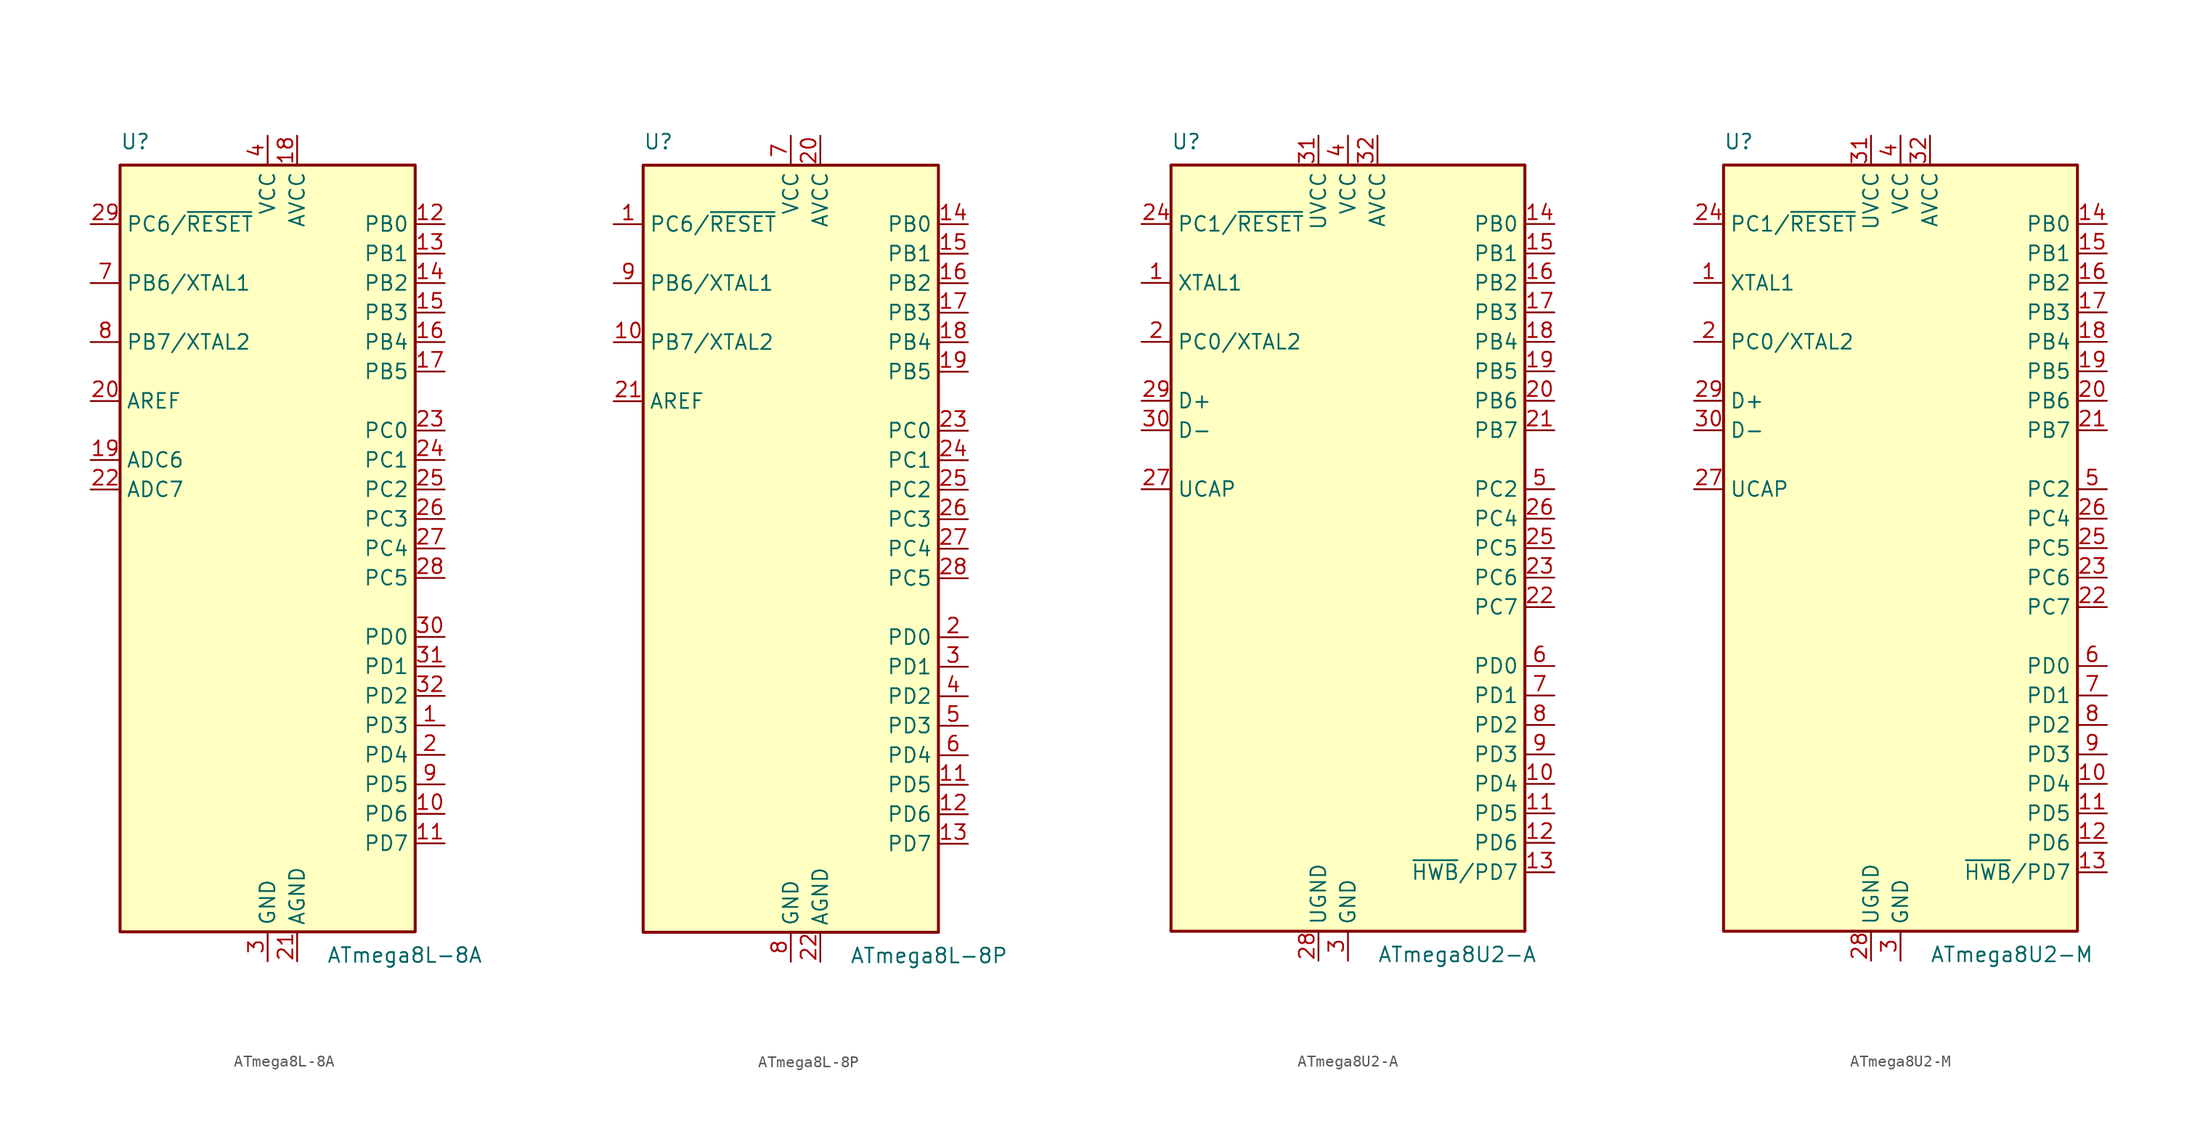
<source format=kicad_sym>
(kicad_symbol_lib
  (version 20231120)
  (generator "kicad_symbol_editor")
  (generator_version "8.0")
  (symbol "ATmega8L-8A"
    (property "Reference" "U"
      (at -12.7 34.29 0)
      (effects (font (size 1.27 1.27)) (justify left bottom)))
    (property "Value" "ATmega8L-8A"
      (at 5.08 -34.29 0)
      (effects (font (size 1.27 1.27)) (justify left top)))
    (symbol "ATmega8L-8A_0_1"
      (rectangle (start -12.7 -33.02) (end 12.7 33.02) (stroke (width 0.254) (type default)) (fill (type background))))
    (symbol "ATmega8L-8A_1_1"
      (pin bidirectional line (at 15.24 -15.24 180) (length 2.54) (name "PD3" (effects (font (size 1.27 1.27)))) (number "1" (effects (font (size 1.27 1.27)))))
      (pin bidirectional line (at 15.24 -22.86 180) (length 2.54) (name "PD6" (effects (font (size 1.27 1.27)))) (number "10" (effects (font (size 1.27 1.27)))))
      (pin bidirectional line (at 15.24 -25.4 180) (length 2.54) (name "PD7" (effects (font (size 1.27 1.27)))) (number "11" (effects (font (size 1.27 1.27)))))
      (pin bidirectional line (at 15.24 27.94 180) (length 2.54) (name "PB0" (effects (font (size 1.27 1.27)))) (number "12" (effects (font (size 1.27 1.27)))))
      (pin bidirectional line (at 15.24 25.4 180) (length 2.54) (name "PB1" (effects (font (size 1.27 1.27)))) (number "13" (effects (font (size 1.27 1.27)))))
      (pin bidirectional line (at 15.24 22.86 180) (length 2.54) (name "PB2" (effects (font (size 1.27 1.27)))) (number "14" (effects (font (size 1.27 1.27)))))
      (pin bidirectional line (at 15.24 20.32 180) (length 2.54) (name "PB3" (effects (font (size 1.27 1.27)))) (number "15" (effects (font (size 1.27 1.27)))))
      (pin bidirectional line (at 15.24 17.78 180) (length 2.54) (name "PB4" (effects (font (size 1.27 1.27)))) (number "16" (effects (font (size 1.27 1.27)))))
      (pin bidirectional line (at 15.24 15.24 180) (length 2.54) (name "PB5" (effects (font (size 1.27 1.27)))) (number "17" (effects (font (size 1.27 1.27)))))
      (pin power_in line (at 2.54 35.56 270) (length 2.54) (name "AVCC" (effects (font (size 1.27 1.27)))) (number "18" (effects (font (size 1.27 1.27)))))
      (pin input line (at -15.24 7.62 0) (length 2.54) (name "ADC6" (effects (font (size 1.27 1.27)))) (number "19" (effects (font (size 1.27 1.27)))))
      (pin bidirectional line (at 15.24 -17.78 180) (length 2.54) (name "PD4" (effects (font (size 1.27 1.27)))) (number "2" (effects (font (size 1.27 1.27)))))
      (pin passive line (at -15.24 12.7 0) (length 2.54) (name "AREF" (effects (font (size 1.27 1.27)))) (number "20" (effects (font (size 1.27 1.27)))))
      (pin power_in line (at 2.54 -35.56 90) (length 2.54) (name "AGND" (effects (font (size 1.27 1.27)))) (number "21" (effects (font (size 1.27 1.27)))))
      (pin input line (at -15.24 5.08 0) (length 2.54) (name "ADC7" (effects (font (size 1.27 1.27)))) (number "22" (effects (font (size 1.27 1.27)))))
      (pin bidirectional line (at 15.24 10.16 180) (length 2.54) (name "PC0" (effects (font (size 1.27 1.27)))) (number "23" (effects (font (size 1.27 1.27)))))
      (pin bidirectional line (at 15.24 7.62 180) (length 2.54) (name "PC1" (effects (font (size 1.27 1.27)))) (number "24" (effects (font (size 1.27 1.27)))))
      (pin bidirectional line (at 15.24 5.08 180) (length 2.54) (name "PC2" (effects (font (size 1.27 1.27)))) (number "25" (effects (font (size 1.27 1.27)))))
      (pin bidirectional line (at 15.24 2.54 180) (length 2.54) (name "PC3" (effects (font (size 1.27 1.27)))) (number "26" (effects (font (size 1.27 1.27)))))
      (pin bidirectional line (at 15.24 0 180) (length 2.54) (name "PC4" (effects (font (size 1.27 1.27)))) (number "27" (effects (font (size 1.27 1.27)))))
      (pin bidirectional line (at 15.24 -2.54 180) (length 2.54) (name "PC5" (effects (font (size 1.27 1.27)))) (number "28" (effects (font (size 1.27 1.27)))))
      (pin bidirectional line (at -15.24 27.94 0) (length 2.54) (name "PC6/~{RESET}" (effects (font (size 1.27 1.27)))) (number "29" (effects (font (size 1.27 1.27)))))
      (pin power_in line (at 0 -35.56 90) (length 2.54) (name "GND" (effects (font (size 1.27 1.27)))) (number "3" (effects (font (size 1.27 1.27)))))
      (pin bidirectional line (at 15.24 -7.62 180) (length 2.54) (name "PD0" (effects (font (size 1.27 1.27)))) (number "30" (effects (font (size 1.27 1.27)))))
      (pin bidirectional line (at 15.24 -10.16 180) (length 2.54) (name "PD1" (effects (font (size 1.27 1.27)))) (number "31" (effects (font (size 1.27 1.27)))))
      (pin bidirectional line (at 15.24 -12.7 180) (length 2.54) (name "PD2" (effects (font (size 1.27 1.27)))) (number "32" (effects (font (size 1.27 1.27)))))
      (pin power_in line (at 0 35.56 270) (length 2.54) (name "VCC" (effects (font (size 1.27 1.27)))) (number "4" (effects (font (size 1.27 1.27)))))
      (pin passive line (at 0 -35.56 90) (length 2.54) hide (name "GND" (effects (font (size 1.27 1.27)))) (number "5" (effects (font (size 1.27 1.27)))))
      (pin passive line (at 0 35.56 270) (length 2.54) hide (name "VCC" (effects (font (size 1.27 1.27)))) (number "6" (effects (font (size 1.27 1.27)))))
      (pin bidirectional line (at -15.24 22.86 0) (length 2.54) (name "PB6/XTAL1" (effects (font (size 1.27 1.27)))) (number "7" (effects (font (size 1.27 1.27)))))
      (pin bidirectional line (at -15.24 17.78 0) (length 2.54) (name "PB7/XTAL2" (effects (font (size 1.27 1.27)))) (number "8" (effects (font (size 1.27 1.27)))))
      (pin bidirectional line (at 15.24 -20.32 180) (length 2.54) (name "PD5" (effects (font (size 1.27 1.27)))) (number "9" (effects (font (size 1.27 1.27)))))))
  (symbol "ATmega8L-8P"
    (property "Reference" "U"
      (at -12.7 34.29 0)
      (effects (font (size 1.27 1.27)) (justify left bottom)))
    (property "Value" "ATmega8L-8P"
      (at 5.08 -34.29 0)
      (effects (font (size 1.27 1.27)) (justify left top)))
    (symbol "ATmega8L-8P_0_1"
      (rectangle (start -12.7 -33.02) (end 12.7 33.02) (stroke (width 0.254) (type default)) (fill (type background))))
    (symbol "ATmega8L-8P_1_1"
      (pin bidirectional line (at -15.24 27.94 0) (length 2.54) (name "PC6/~{RESET}" (effects (font (size 1.27 1.27)))) (number "1" (effects (font (size 1.27 1.27)))))
      (pin bidirectional line (at -15.24 17.78 0) (length 2.54) (name "PB7/XTAL2" (effects (font (size 1.27 1.27)))) (number "10" (effects (font (size 1.27 1.27)))))
      (pin bidirectional line (at 15.24 -20.32 180) (length 2.54) (name "PD5" (effects (font (size 1.27 1.27)))) (number "11" (effects (font (size 1.27 1.27)))))
      (pin bidirectional line (at 15.24 -22.86 180) (length 2.54) (name "PD6" (effects (font (size 1.27 1.27)))) (number "12" (effects (font (size 1.27 1.27)))))
      (pin bidirectional line (at 15.24 -25.4 180) (length 2.54) (name "PD7" (effects (font (size 1.27 1.27)))) (number "13" (effects (font (size 1.27 1.27)))))
      (pin bidirectional line (at 15.24 27.94 180) (length 2.54) (name "PB0" (effects (font (size 1.27 1.27)))) (number "14" (effects (font (size 1.27 1.27)))))
      (pin bidirectional line (at 15.24 25.4 180) (length 2.54) (name "PB1" (effects (font (size 1.27 1.27)))) (number "15" (effects (font (size 1.27 1.27)))))
      (pin bidirectional line (at 15.24 22.86 180) (length 2.54) (name "PB2" (effects (font (size 1.27 1.27)))) (number "16" (effects (font (size 1.27 1.27)))))
      (pin bidirectional line (at 15.24 20.32 180) (length 2.54) (name "PB3" (effects (font (size 1.27 1.27)))) (number "17" (effects (font (size 1.27 1.27)))))
      (pin bidirectional line (at 15.24 17.78 180) (length 2.54) (name "PB4" (effects (font (size 1.27 1.27)))) (number "18" (effects (font (size 1.27 1.27)))))
      (pin bidirectional line (at 15.24 15.24 180) (length 2.54) (name "PB5" (effects (font (size 1.27 1.27)))) (number "19" (effects (font (size 1.27 1.27)))))
      (pin bidirectional line (at 15.24 -7.62 180) (length 2.54) (name "PD0" (effects (font (size 1.27 1.27)))) (number "2" (effects (font (size 1.27 1.27)))))
      (pin power_in line (at 2.54 35.56 270) (length 2.54) (name "AVCC" (effects (font (size 1.27 1.27)))) (number "20" (effects (font (size 1.27 1.27)))))
      (pin passive line (at -15.24 12.7 0) (length 2.54) (name "AREF" (effects (font (size 1.27 1.27)))) (number "21" (effects (font (size 1.27 1.27)))))
      (pin power_in line (at 2.54 -35.56 90) (length 2.54) (name "AGND" (effects (font (size 1.27 1.27)))) (number "22" (effects (font (size 1.27 1.27)))))
      (pin bidirectional line (at 15.24 10.16 180) (length 2.54) (name "PC0" (effects (font (size 1.27 1.27)))) (number "23" (effects (font (size 1.27 1.27)))))
      (pin bidirectional line (at 15.24 7.62 180) (length 2.54) (name "PC1" (effects (font (size 1.27 1.27)))) (number "24" (effects (font (size 1.27 1.27)))))
      (pin bidirectional line (at 15.24 5.08 180) (length 2.54) (name "PC2" (effects (font (size 1.27 1.27)))) (number "25" (effects (font (size 1.27 1.27)))))
      (pin bidirectional line (at 15.24 2.54 180) (length 2.54) (name "PC3" (effects (font (size 1.27 1.27)))) (number "26" (effects (font (size 1.27 1.27)))))
      (pin bidirectional line (at 15.24 0 180) (length 2.54) (name "PC4" (effects (font (size 1.27 1.27)))) (number "27" (effects (font (size 1.27 1.27)))))
      (pin bidirectional line (at 15.24 -2.54 180) (length 2.54) (name "PC5" (effects (font (size 1.27 1.27)))) (number "28" (effects (font (size 1.27 1.27)))))
      (pin bidirectional line (at 15.24 -10.16 180) (length 2.54) (name "PD1" (effects (font (size 1.27 1.27)))) (number "3" (effects (font (size 1.27 1.27)))))
      (pin bidirectional line (at 15.24 -12.7 180) (length 2.54) (name "PD2" (effects (font (size 1.27 1.27)))) (number "4" (effects (font (size 1.27 1.27)))))
      (pin bidirectional line (at 15.24 -15.24 180) (length 2.54) (name "PD3" (effects (font (size 1.27 1.27)))) (number "5" (effects (font (size 1.27 1.27)))))
      (pin bidirectional line (at 15.24 -17.78 180) (length 2.54) (name "PD4" (effects (font (size 1.27 1.27)))) (number "6" (effects (font (size 1.27 1.27)))))
      (pin power_in line (at 0 35.56 270) (length 2.54) (name "VCC" (effects (font (size 1.27 1.27)))) (number "7" (effects (font (size 1.27 1.27)))))
      (pin power_in line (at 0 -35.56 90) (length 2.54) (name "GND" (effects (font (size 1.27 1.27)))) (number "8" (effects (font (size 1.27 1.27)))))
      (pin bidirectional line (at -15.24 22.86 0) (length 2.54) (name "PB6/XTAL1" (effects (font (size 1.27 1.27)))) (number "9" (effects (font (size 1.27 1.27)))))))
  (symbol "ATmega8U2-A"
    (property "Reference" "U"
      (at -15.24 34.29 0)
      (effects (font (size 1.27 1.27)) (justify left bottom)))
    (property "Value" "ATmega8U2-A"
      (at 2.54 -34.29 0)
      (effects (font (size 1.27 1.27)) (justify left top)))
    (symbol "ATmega8U2-A_0_1"
      (rectangle (start -15.24 -33.02) (end 15.24 33.02) (stroke (width 0.254) (type default)) (fill (type background))))
    (symbol "ATmega8U2-A_1_1"
      (pin input line (at -17.78 22.86 0) (length 2.54) (name "XTAL1" (effects (font (size 1.27 1.27)))) (number "1" (effects (font (size 1.27 1.27)))))
      (pin bidirectional line (at 17.78 -20.32 180) (length 2.54) (name "PD4" (effects (font (size 1.27 1.27)))) (number "10" (effects (font (size 1.27 1.27)))))
      (pin bidirectional line (at 17.78 -22.86 180) (length 2.54) (name "PD5" (effects (font (size 1.27 1.27)))) (number "11" (effects (font (size 1.27 1.27)))))
      (pin bidirectional line (at 17.78 -25.4 180) (length 2.54) (name "PD6" (effects (font (size 1.27 1.27)))) (number "12" (effects (font (size 1.27 1.27)))))
      (pin bidirectional line (at 17.78 -27.94 180) (length 2.54) (name "~{HWB}/PD7" (effects (font (size 1.27 1.27)))) (number "13" (effects (font (size 1.27 1.27)))))
      (pin bidirectional line (at 17.78 27.94 180) (length 2.54) (name "PB0" (effects (font (size 1.27 1.27)))) (number "14" (effects (font (size 1.27 1.27)))))
      (pin bidirectional line (at 17.78 25.4 180) (length 2.54) (name "PB1" (effects (font (size 1.27 1.27)))) (number "15" (effects (font (size 1.27 1.27)))))
      (pin bidirectional line (at 17.78 22.86 180) (length 2.54) (name "PB2" (effects (font (size 1.27 1.27)))) (number "16" (effects (font (size 1.27 1.27)))))
      (pin bidirectional line (at 17.78 20.32 180) (length 2.54) (name "PB3" (effects (font (size 1.27 1.27)))) (number "17" (effects (font (size 1.27 1.27)))))
      (pin bidirectional line (at 17.78 17.78 180) (length 2.54) (name "PB4" (effects (font (size 1.27 1.27)))) (number "18" (effects (font (size 1.27 1.27)))))
      (pin bidirectional line (at 17.78 15.24 180) (length 2.54) (name "PB5" (effects (font (size 1.27 1.27)))) (number "19" (effects (font (size 1.27 1.27)))))
      (pin bidirectional line (at -17.78 17.78 0) (length 2.54) (name "PC0/XTAL2" (effects (font (size 1.27 1.27)))) (number "2" (effects (font (size 1.27 1.27)))))
      (pin bidirectional line (at 17.78 12.7 180) (length 2.54) (name "PB6" (effects (font (size 1.27 1.27)))) (number "20" (effects (font (size 1.27 1.27)))))
      (pin bidirectional line (at 17.78 10.16 180) (length 2.54) (name "PB7" (effects (font (size 1.27 1.27)))) (number "21" (effects (font (size 1.27 1.27)))))
      (pin bidirectional line (at 17.78 -5.08 180) (length 2.54) (name "PC7" (effects (font (size 1.27 1.27)))) (number "22" (effects (font (size 1.27 1.27)))))
      (pin bidirectional line (at 17.78 -2.54 180) (length 2.54) (name "PC6" (effects (font (size 1.27 1.27)))) (number "23" (effects (font (size 1.27 1.27)))))
      (pin bidirectional line (at -17.78 27.94 0) (length 2.54) (name "PC1/~{RESET}" (effects (font (size 1.27 1.27)))) (number "24" (effects (font (size 1.27 1.27)))))
      (pin bidirectional line (at 17.78 0 180) (length 2.54) (name "PC5" (effects (font (size 1.27 1.27)))) (number "25" (effects (font (size 1.27 1.27)))))
      (pin bidirectional line (at 17.78 2.54 180) (length 2.54) (name "PC4" (effects (font (size 1.27 1.27)))) (number "26" (effects (font (size 1.27 1.27)))))
      (pin passive line (at -17.78 5.08 0) (length 2.54) (name "UCAP" (effects (font (size 1.27 1.27)))) (number "27" (effects (font (size 1.27 1.27)))))
      (pin power_in line (at -2.54 -35.56 90) (length 2.54) (name "UGND" (effects (font (size 1.27 1.27)))) (number "28" (effects (font (size 1.27 1.27)))))
      (pin bidirectional line (at -17.78 12.7 0) (length 2.54) (name "D+" (effects (font (size 1.27 1.27)))) (number "29" (effects (font (size 1.27 1.27)))))
      (pin power_in line (at 0 -35.56 90) (length 2.54) (name "GND" (effects (font (size 1.27 1.27)))) (number "3" (effects (font (size 1.27 1.27)))))
      (pin bidirectional line (at -17.78 10.16 0) (length 2.54) (name "D-" (effects (font (size 1.27 1.27)))) (number "30" (effects (font (size 1.27 1.27)))))
      (pin power_in line (at -2.54 35.56 270) (length 2.54) (name "UVCC" (effects (font (size 1.27 1.27)))) (number "31" (effects (font (size 1.27 1.27)))))
      (pin power_in line (at 2.54 35.56 270) (length 2.54) (name "AVCC" (effects (font (size 1.27 1.27)))) (number "32" (effects (font (size 1.27 1.27)))))
      (pin power_in line (at 0 35.56 270) (length 2.54) (name "VCC" (effects (font (size 1.27 1.27)))) (number "4" (effects (font (size 1.27 1.27)))))
      (pin bidirectional line (at 17.78 5.08 180) (length 2.54) (name "PC2" (effects (font (size 1.27 1.27)))) (number "5" (effects (font (size 1.27 1.27)))))
      (pin bidirectional line (at 17.78 -10.16 180) (length 2.54) (name "PD0" (effects (font (size 1.27 1.27)))) (number "6" (effects (font (size 1.27 1.27)))))
      (pin bidirectional line (at 17.78 -12.7 180) (length 2.54) (name "PD1" (effects (font (size 1.27 1.27)))) (number "7" (effects (font (size 1.27 1.27)))))
      (pin bidirectional line (at 17.78 -15.24 180) (length 2.54) (name "PD2" (effects (font (size 1.27 1.27)))) (number "8" (effects (font (size 1.27 1.27)))))
      (pin bidirectional line (at 17.78 -17.78 180) (length 2.54) (name "PD3" (effects (font (size 1.27 1.27)))) (number "9" (effects (font (size 1.27 1.27)))))))
  (symbol "ATmega8U2-M"
    (property "Reference" "U"
      (at -15.24 34.29 0)
      (effects (font (size 1.27 1.27)) (justify left bottom)))
    (property "Value" "ATmega8U2-M"
      (at 2.54 -34.29 0)
      (effects (font (size 1.27 1.27)) (justify left top)))
    (symbol "ATmega8U2-M_0_1"
      (rectangle (start -15.24 -33.02) (end 15.24 33.02) (stroke (width 0.254) (type default)) (fill (type background))))
    (symbol "ATmega8U2-M_1_1"
      (pin input line (at -17.78 22.86 0) (length 2.54) (name "XTAL1" (effects (font (size 1.27 1.27)))) (number "1" (effects (font (size 1.27 1.27)))))
      (pin bidirectional line (at 17.78 -20.32 180) (length 2.54) (name "PD4" (effects (font (size 1.27 1.27)))) (number "10" (effects (font (size 1.27 1.27)))))
      (pin bidirectional line (at 17.78 -22.86 180) (length 2.54) (name "PD5" (effects (font (size 1.27 1.27)))) (number "11" (effects (font (size 1.27 1.27)))))
      (pin bidirectional line (at 17.78 -25.4 180) (length 2.54) (name "PD6" (effects (font (size 1.27 1.27)))) (number "12" (effects (font (size 1.27 1.27)))))
      (pin bidirectional line (at 17.78 -27.94 180) (length 2.54) (name "~{HWB}/PD7" (effects (font (size 1.27 1.27)))) (number "13" (effects (font (size 1.27 1.27)))))
      (pin bidirectional line (at 17.78 27.94 180) (length 2.54) (name "PB0" (effects (font (size 1.27 1.27)))) (number "14" (effects (font (size 1.27 1.27)))))
      (pin bidirectional line (at 17.78 25.4 180) (length 2.54) (name "PB1" (effects (font (size 1.27 1.27)))) (number "15" (effects (font (size 1.27 1.27)))))
      (pin bidirectional line (at 17.78 22.86 180) (length 2.54) (name "PB2" (effects (font (size 1.27 1.27)))) (number "16" (effects (font (size 1.27 1.27)))))
      (pin bidirectional line (at 17.78 20.32 180) (length 2.54) (name "PB3" (effects (font (size 1.27 1.27)))) (number "17" (effects (font (size 1.27 1.27)))))
      (pin bidirectional line (at 17.78 17.78 180) (length 2.54) (name "PB4" (effects (font (size 1.27 1.27)))) (number "18" (effects (font (size 1.27 1.27)))))
      (pin bidirectional line (at 17.78 15.24 180) (length 2.54) (name "PB5" (effects (font (size 1.27 1.27)))) (number "19" (effects (font (size 1.27 1.27)))))
      (pin bidirectional line (at -17.78 17.78 0) (length 2.54) (name "PC0/XTAL2" (effects (font (size 1.27 1.27)))) (number "2" (effects (font (size 1.27 1.27)))))
      (pin bidirectional line (at 17.78 12.7 180) (length 2.54) (name "PB6" (effects (font (size 1.27 1.27)))) (number "20" (effects (font (size 1.27 1.27)))))
      (pin bidirectional line (at 17.78 10.16 180) (length 2.54) (name "PB7" (effects (font (size 1.27 1.27)))) (number "21" (effects (font (size 1.27 1.27)))))
      (pin bidirectional line (at 17.78 -5.08 180) (length 2.54) (name "PC7" (effects (font (size 1.27 1.27)))) (number "22" (effects (font (size 1.27 1.27)))))
      (pin bidirectional line (at 17.78 -2.54 180) (length 2.54) (name "PC6" (effects (font (size 1.27 1.27)))) (number "23" (effects (font (size 1.27 1.27)))))
      (pin bidirectional line (at -17.78 27.94 0) (length 2.54) (name "PC1/~{RESET}" (effects (font (size 1.27 1.27)))) (number "24" (effects (font (size 1.27 1.27)))))
      (pin bidirectional line (at 17.78 0 180) (length 2.54) (name "PC5" (effects (font (size 1.27 1.27)))) (number "25" (effects (font (size 1.27 1.27)))))
      (pin bidirectional line (at 17.78 2.54 180) (length 2.54) (name "PC4" (effects (font (size 1.27 1.27)))) (number "26" (effects (font (size 1.27 1.27)))))
      (pin passive line (at -17.78 5.08 0) (length 2.54) (name "UCAP" (effects (font (size 1.27 1.27)))) (number "27" (effects (font (size 1.27 1.27)))))
      (pin power_in line (at -2.54 -35.56 90) (length 2.54) (name "UGND" (effects (font (size 1.27 1.27)))) (number "28" (effects (font (size 1.27 1.27)))))
      (pin bidirectional line (at -17.78 12.7 0) (length 2.54) (name "D+" (effects (font (size 1.27 1.27)))) (number "29" (effects (font (size 1.27 1.27)))))
      (pin power_in line (at 0 -35.56 90) (length 2.54) (name "GND" (effects (font (size 1.27 1.27)))) (number "3" (effects (font (size 1.27 1.27)))))
      (pin bidirectional line (at -17.78 10.16 0) (length 2.54) (name "D-" (effects (font (size 1.27 1.27)))) (number "30" (effects (font (size 1.27 1.27)))))
      (pin power_in line (at -2.54 35.56 270) (length 2.54) (name "UVCC" (effects (font (size 1.27 1.27)))) (number "31" (effects (font (size 1.27 1.27)))))
      (pin power_in line (at 2.54 35.56 270) (length 2.54) (name "AVCC" (effects (font (size 1.27 1.27)))) (number "32" (effects (font (size 1.27 1.27)))))
      (pin passive line (at 0 -35.56 90) (length 2.54) hide (name "GND" (effects (font (size 1.27 1.27)))) (number "33" (effects (font (size 1.27 1.27)))))
      (pin power_in line (at 0 35.56 270) (length 2.54) (name "VCC" (effects (font (size 1.27 1.27)))) (number "4" (effects (font (size 1.27 1.27)))))
      (pin bidirectional line (at 17.78 5.08 180) (length 2.54) (name "PC2" (effects (font (size 1.27 1.27)))) (number "5" (effects (font (size 1.27 1.27)))))
      (pin bidirectional line (at 17.78 -10.16 180) (length 2.54) (name "PD0" (effects (font (size 1.27 1.27)))) (number "6" (effects (font (size 1.27 1.27)))))
      (pin bidirectional line (at 17.78 -12.7 180) (length 2.54) (name "PD1" (effects (font (size 1.27 1.27)))) (number "7" (effects (font (size 1.27 1.27)))))
      (pin bidirectional line (at 17.78 -15.24 180) (length 2.54) (name "PD2" (effects (font (size 1.27 1.27)))) (number "8" (effects (font (size 1.27 1.27)))))
      (pin bidirectional line (at 17.78 -17.78 180) (length 2.54) (name "PD3" (effects (font (size 1.27 1.27)))) (number "9" (effects (font (size 1.27 1.27))))))))
</source>
